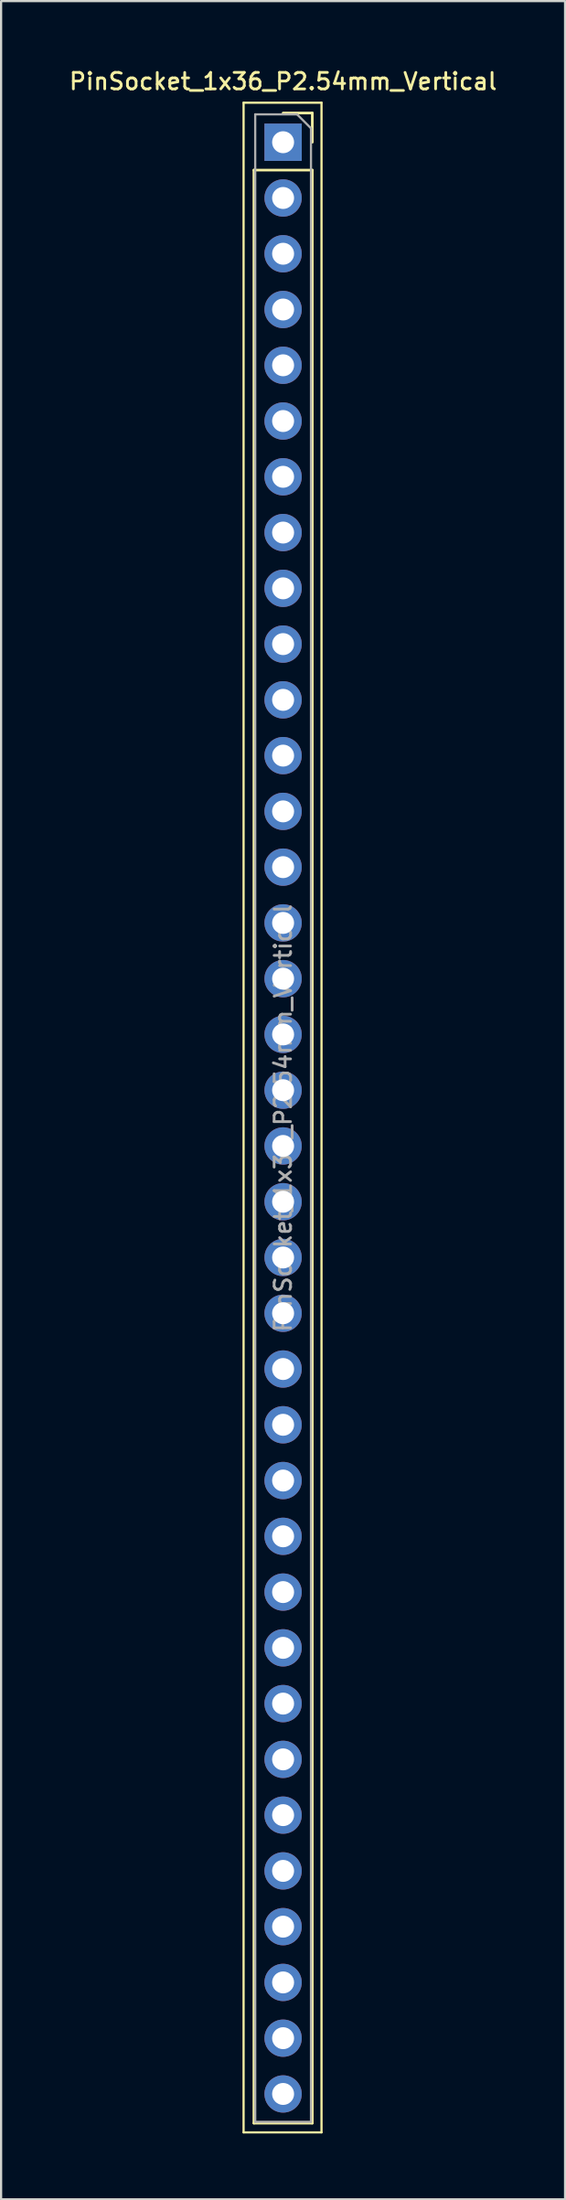
<source format=kicad_pcb>
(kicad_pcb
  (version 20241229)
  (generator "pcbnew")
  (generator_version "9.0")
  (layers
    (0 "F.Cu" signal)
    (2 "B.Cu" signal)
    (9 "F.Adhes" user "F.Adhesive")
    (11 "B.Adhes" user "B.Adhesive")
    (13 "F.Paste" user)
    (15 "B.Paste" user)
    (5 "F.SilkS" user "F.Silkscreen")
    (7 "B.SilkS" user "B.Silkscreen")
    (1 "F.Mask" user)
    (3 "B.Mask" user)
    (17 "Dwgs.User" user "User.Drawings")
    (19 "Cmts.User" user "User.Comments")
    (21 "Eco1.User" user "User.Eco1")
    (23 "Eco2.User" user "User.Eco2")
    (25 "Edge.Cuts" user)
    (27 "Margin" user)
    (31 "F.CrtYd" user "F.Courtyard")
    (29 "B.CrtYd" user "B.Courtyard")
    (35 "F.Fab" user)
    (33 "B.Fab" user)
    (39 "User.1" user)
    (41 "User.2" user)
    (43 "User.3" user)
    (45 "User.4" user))
  (footprint "PinSocket_1x36_P2.54mm_Vertical"
    (layer "F.Cu")
    (at 9.845 3.428)
    (property "Reference" "PinSocket_1x36_P2.54mm_Vertical" (at 0 -2.77 0) (layer "F.SilkS") (effects (font (size 0.75 0.75) (thickness 0.125))))
    (attr through_hole)
    (fp_line (start -1.8 -1.8) (end 1.75 -1.8) (stroke (width 0.1) (type solid)) (layer "F.SilkS"))
    (fp_line (start -1.8 90.65) (end -1.8 -1.8) (stroke (width 0.1) (type solid)) (layer "F.SilkS"))
    (fp_line (start -1.33 1.27) (end -1.33 90.23) (stroke (width 0.12) (type solid)) (layer "F.SilkS"))
    (fp_line (start -1.33 1.27) (end 1.33 1.27) (stroke (width 0.12) (type solid)) (layer "F.SilkS"))
    (fp_line (start -1.33 90.23) (end 1.33 90.23) (stroke (width 0.12) (type solid)) (layer "F.SilkS"))
    (fp_line (start 0 -1.33) (end 1.33 -1.33) (stroke (width 0.12) (type solid)) (layer "F.SilkS"))
    (fp_line (start 1.33 -1.33) (end 1.33 0) (stroke (width 0.12) (type solid)) (layer "F.SilkS"))
    (fp_line (start 1.33 1.27) (end 1.33 90.23) (stroke (width 0.12) (type solid)) (layer "F.SilkS"))
    (fp_line (start 1.75 -1.8) (end 1.75 90.65) (stroke (width 0.1) (type solid)) (layer "F.SilkS"))
    (fp_line (start 1.75 90.65) (end -1.8 90.65) (stroke (width 0.1) (type solid)) (layer "F.SilkS"))
    (fp_line (start -1.27 -1.27) (end 0.635 -1.27) (stroke (width 0.1) (type solid)) (layer "F.Fab"))
    (fp_line (start -1.27 90.17) (end -1.27 -1.27) (stroke (width 0.1) (type solid)) (layer "F.Fab"))
    (fp_line (start 0.635 -1.27) (end 1.27 -0.635) (stroke (width 0.1) (type solid)) (layer "F.Fab"))
    (fp_line (start 1.27 -0.635) (end 1.27 90.17) (stroke (width 0.1) (type solid)) (layer "F.Fab"))
    (fp_line (start 1.27 90.17) (end -1.27 90.17) (stroke (width 0.1) (type solid)) (layer "F.Fab"))
    (fp_text user "${REFERENCE}" (at 0 44.45 90) (layer "F.Fab") (effects (font (size 0.75 0.75) (thickness 0.125))))
    (pad "1" thru_hole rect (at 0 0) (size 1.7 1.7) (drill 1) (layers "*.Cu" "*.Mask"))
    (pad "2" thru_hole oval (at 0 2.54) (size 1.7 1.7) (drill 1) (layers "*.Cu" "*.Mask"))
    (pad "3" thru_hole oval (at 0 5.08) (size 1.7 1.7) (drill 1) (layers "*.Cu" "*.Mask"))
    (pad "4" thru_hole oval (at 0 7.62) (size 1.7 1.7) (drill 1) (layers "*.Cu" "*.Mask"))
    (pad "5" thru_hole oval (at 0 10.16) (size 1.7 1.7) (drill 1) (layers "*.Cu" "*.Mask"))
    (pad "6" thru_hole oval (at 0 12.7) (size 1.7 1.7) (drill 1) (layers "*.Cu" "*.Mask"))
    (pad "7" thru_hole oval (at 0 15.24) (size 1.7 1.7) (drill 1) (layers "*.Cu" "*.Mask"))
    (pad "8" thru_hole oval (at 0 17.78) (size 1.7 1.7) (drill 1) (layers "*.Cu" "*.Mask"))
    (pad "9" thru_hole oval (at 0 20.32) (size 1.7 1.7) (drill 1) (layers "*.Cu" "*.Mask"))
    (pad "10" thru_hole oval (at 0 22.86) (size 1.7 1.7) (drill 1) (layers "*.Cu" "*.Mask"))
    (pad "11" thru_hole oval (at 0 25.4) (size 1.7 1.7) (drill 1) (layers "*.Cu" "*.Mask"))
    (pad "12" thru_hole oval (at 0 27.94) (size 1.7 1.7) (drill 1) (layers "*.Cu" "*.Mask"))
    (pad "13" thru_hole oval (at 0 30.48) (size 1.7 1.7) (drill 1) (layers "*.Cu" "*.Mask"))
    (pad "14" thru_hole oval (at 0 33.02) (size 1.7 1.7) (drill 1) (layers "*.Cu" "*.Mask"))
    (pad "15" thru_hole oval (at 0 35.56) (size 1.7 1.7) (drill 1) (layers "*.Cu" "*.Mask"))
    (pad "16" thru_hole oval (at 0 38.1) (size 1.7 1.7) (drill 1) (layers "*.Cu" "*.Mask"))
    (pad "17" thru_hole oval (at 0 40.64) (size 1.7 1.7) (drill 1) (layers "*.Cu" "*.Mask"))
    (pad "18" thru_hole oval (at 0 43.18) (size 1.7 1.7) (drill 1) (layers "*.Cu" "*.Mask"))
    (pad "19" thru_hole oval (at 0 45.72) (size 1.7 1.7) (drill 1) (layers "*.Cu" "*.Mask"))
    (pad "20" thru_hole oval (at 0 48.26) (size 1.7 1.7) (drill 1) (layers "*.Cu" "*.Mask"))
    (pad "21" thru_hole oval (at 0 50.8) (size 1.7 1.7) (drill 1) (layers "*.Cu" "*.Mask"))
    (pad "22" thru_hole oval (at 0 53.34) (size 1.7 1.7) (drill 1) (layers "*.Cu" "*.Mask"))
    (pad "23" thru_hole oval (at 0 55.88) (size 1.7 1.7) (drill 1) (layers "*.Cu" "*.Mask"))
    (pad "24" thru_hole oval (at 0 58.42) (size 1.7 1.7) (drill 1) (layers "*.Cu" "*.Mask"))
    (pad "25" thru_hole oval (at 0 60.96) (size 1.7 1.7) (drill 1) (layers "*.Cu" "*.Mask"))
    (pad "26" thru_hole oval (at 0 63.5) (size 1.7 1.7) (drill 1) (layers "*.Cu" "*.Mask"))
    (pad "27" thru_hole oval (at 0 66.04) (size 1.7 1.7) (drill 1) (layers "*.Cu" "*.Mask"))
    (pad "28" thru_hole oval (at 0 68.58) (size 1.7 1.7) (drill 1) (layers "*.Cu" "*.Mask"))
    (pad "29" thru_hole oval (at 0 71.12) (size 1.7 1.7) (drill 1) (layers "*.Cu" "*.Mask"))
    (pad "30" thru_hole oval (at 0 73.66) (size 1.7 1.7) (drill 1) (layers "*.Cu" "*.Mask"))
    (pad "31" thru_hole oval (at 0 76.2) (size 1.7 1.7) (drill 1) (layers "*.Cu" "*.Mask"))
    (pad "32" thru_hole oval (at 0 78.74) (size 1.7 1.7) (drill 1) (layers "*.Cu" "*.Mask"))
    (pad "33" thru_hole oval (at 0 81.28) (size 1.7 1.7) (drill 1) (layers "*.Cu" "*.Mask"))
    (pad "34" thru_hole oval (at 0 83.82) (size 1.7 1.7) (drill 1) (layers "*.Cu" "*.Mask"))
    (pad "35" thru_hole oval (at 0 86.36) (size 1.7 1.7) (drill 1) (layers "*.Cu" "*.Mask"))
    (pad "36" thru_hole oval (at 0 88.9) (size 1.7 1.7) (drill 1) (layers "*.Cu" "*.Mask")))
  (gr_rect
    (start -3 -3)
    (end 22.689 97.128)
    (stroke (width 0.1) (type default))
    (fill no)
    (layer "Edge.Cuts")))
</source>
